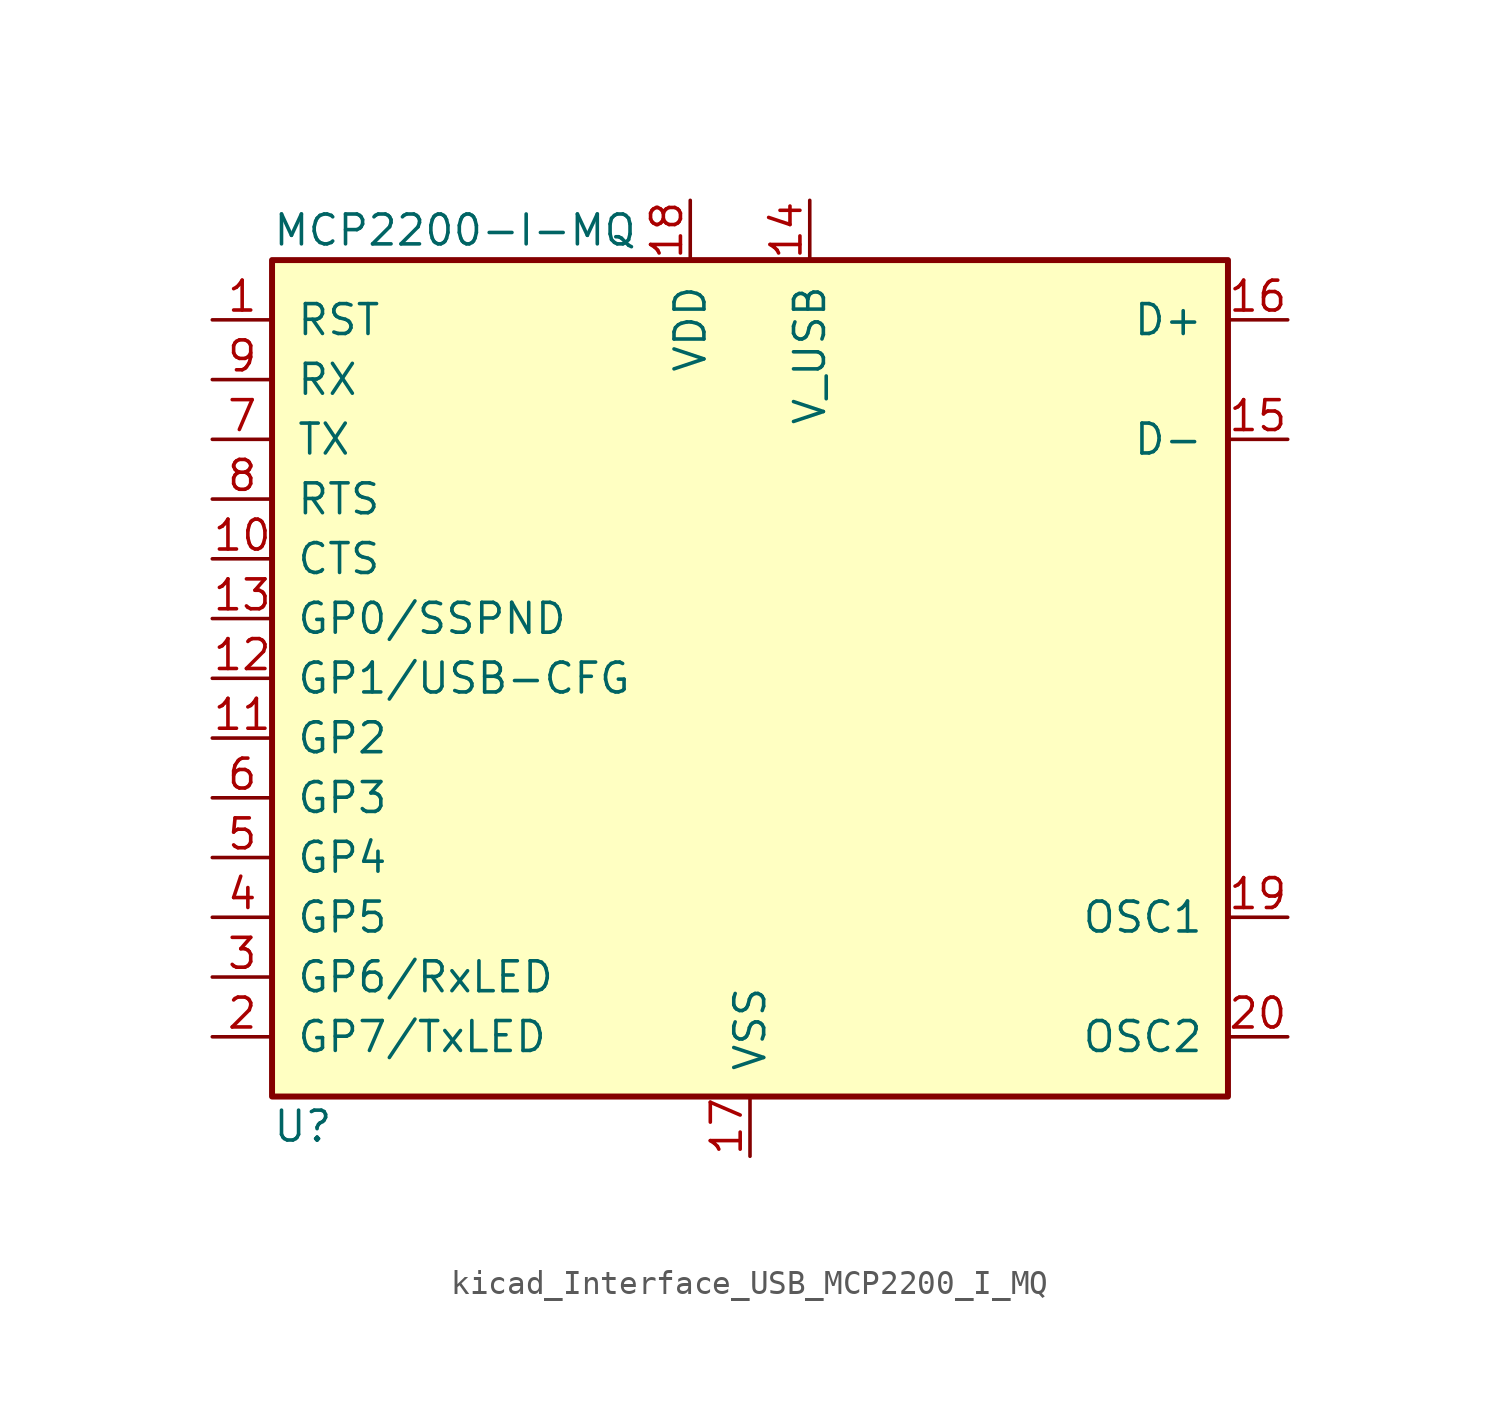
<source format=kicad_sym>
(kicad_symbol_lib
  (version 20220914)
  (generator kicad_symbol_editor)
  (symbol "kicad_Interface_USB_MCP2200_I_MQ"
    (pin_names
      (offset 1.016))
    (property "Reference" "U"
      (at -20.32 -19.05 0)
      (effects (font (size 1.27 1.27)) (justify left)))
    (property "Value" "MCP2200-I-MQ"
      (at -20.32 19.05 0)
      (effects (font (size 1.27 1.27)) (justify left)))
    (symbol "kicad_Interface_USB_MCP2200_I_MQ_0_1"
      (rectangle (start -20.32 17.78) (end 20.32 -17.78) (stroke (width 0.254) (type default)) (fill (type background))))
    (symbol "kicad_Interface_USB_MCP2200_I_MQ_1_1"
      (pin input line (at -22.86 15.24 0) (length 2.54) (name "RST" (effects (font (size 1.27 1.27)))) (number "1" (effects (font (size 1.27 1.27)))))
      (pin input line (at -22.86 5.08 0) (length 2.54) (name "CTS" (effects (font (size 1.27 1.27)))) (number "10" (effects (font (size 1.27 1.27)))))
      (pin bidirectional line (at -22.86 -2.54 0) (length 2.54) (name "GP2" (effects (font (size 1.27 1.27)))) (number "11" (effects (font (size 1.27 1.27)))))
      (pin bidirectional line (at -22.86 0 0) (length 2.54) (name "GP1/USB-CFG" (effects (font (size 1.27 1.27)))) (number "12" (effects (font (size 1.27 1.27)))))
      (pin bidirectional line (at -22.86 2.54 0) (length 2.54) (name "GP0/SSPND" (effects (font (size 1.27 1.27)))) (number "13" (effects (font (size 1.27 1.27)))))
      (pin power_in line (at 2.54 20.32 270) (length 2.54) (name "V_USB" (effects (font (size 1.27 1.27)))) (number "14" (effects (font (size 1.27 1.27)))))
      (pin bidirectional line (at 22.86 10.16 180) (length 2.54) (name "D-" (effects (font (size 1.27 1.27)))) (number "15" (effects (font (size 1.27 1.27)))))
      (pin bidirectional line (at 22.86 15.24 180) (length 2.54) (name "D+" (effects (font (size 1.27 1.27)))) (number "16" (effects (font (size 1.27 1.27)))))
      (pin power_in line (at 0 -20.32 90) (length 2.54) (name "VSS" (effects (font (size 1.27 1.27)))) (number "17" (effects (font (size 1.27 1.27)))))
      (pin power_in line (at -2.54 20.32 270) (length 2.54) (name "VDD" (effects (font (size 1.27 1.27)))) (number "18" (effects (font (size 1.27 1.27)))))
      (pin input line (at 22.86 -10.16 180) (length 2.54) (name "OSC1" (effects (font (size 1.27 1.27)))) (number "19" (effects (font (size 1.27 1.27)))))
      (pin bidirectional line (at -22.86 -15.24 0) (length 2.54) (name "GP7/TxLED" (effects (font (size 1.27 1.27)))) (number "2" (effects (font (size 1.27 1.27)))))
      (pin output line (at 22.86 -15.24 180) (length 2.54) (name "OSC2" (effects (font (size 1.27 1.27)))) (number "20" (effects (font (size 1.27 1.27)))))
      (pin no_connect line (at 20.32 0 180) (length 2.54) hide (name "EP" (effects (font (size 1.27 1.27)))) (number "21" (effects (font (size 1.27 1.27)))))
      (pin bidirectional line (at -22.86 -12.7 0) (length 2.54) (name "GP6/RxLED" (effects (font (size 1.27 1.27)))) (number "3" (effects (font (size 1.27 1.27)))))
      (pin bidirectional line (at -22.86 -10.16 0) (length 2.54) (name "GP5" (effects (font (size 1.27 1.27)))) (number "4" (effects (font (size 1.27 1.27)))))
      (pin bidirectional line (at -22.86 -7.62 0) (length 2.54) (name "GP4" (effects (font (size 1.27 1.27)))) (number "5" (effects (font (size 1.27 1.27)))))
      (pin bidirectional line (at -22.86 -5.08 0) (length 2.54) (name "GP3" (effects (font (size 1.27 1.27)))) (number "6" (effects (font (size 1.27 1.27)))))
      (pin output line (at -22.86 10.16 0) (length 2.54) (name "TX" (effects (font (size 1.27 1.27)))) (number "7" (effects (font (size 1.27 1.27)))))
      (pin output line (at -22.86 7.62 0) (length 2.54) (name "RTS" (effects (font (size 1.27 1.27)))) (number "8" (effects (font (size 1.27 1.27)))))
      (pin input line (at -22.86 12.7 0) (length 2.54) (name "RX" (effects (font (size 1.27 1.27)))) (number "9" (effects (font (size 1.27 1.27))))))))
</source>
